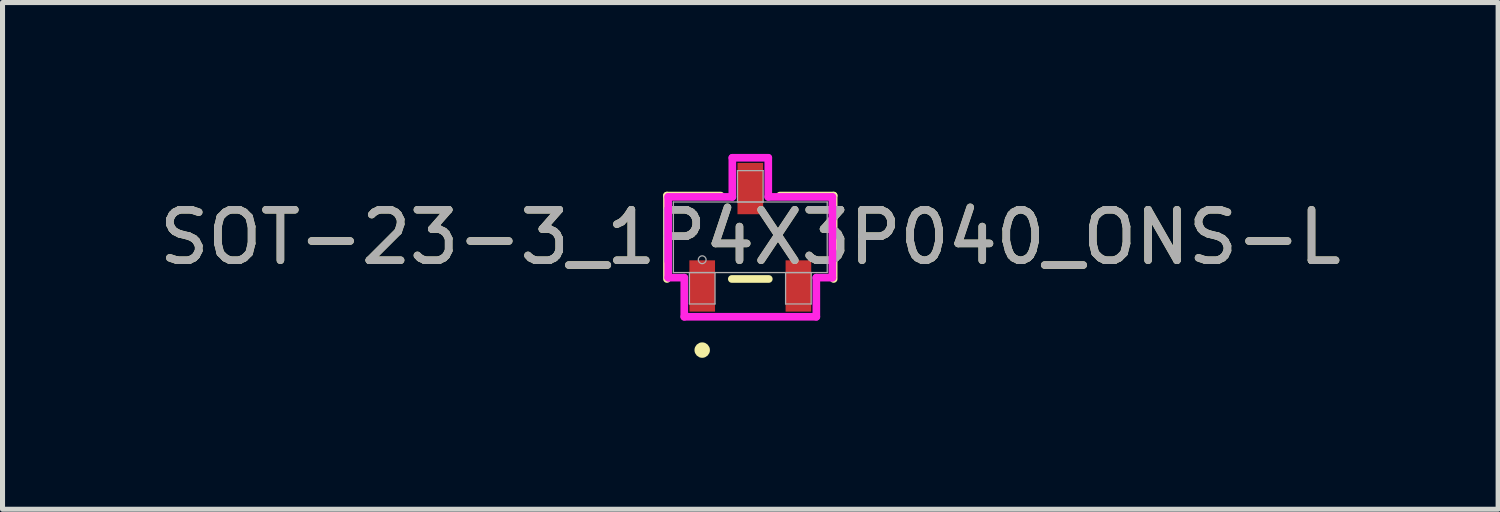
<source format=kicad_pcb>
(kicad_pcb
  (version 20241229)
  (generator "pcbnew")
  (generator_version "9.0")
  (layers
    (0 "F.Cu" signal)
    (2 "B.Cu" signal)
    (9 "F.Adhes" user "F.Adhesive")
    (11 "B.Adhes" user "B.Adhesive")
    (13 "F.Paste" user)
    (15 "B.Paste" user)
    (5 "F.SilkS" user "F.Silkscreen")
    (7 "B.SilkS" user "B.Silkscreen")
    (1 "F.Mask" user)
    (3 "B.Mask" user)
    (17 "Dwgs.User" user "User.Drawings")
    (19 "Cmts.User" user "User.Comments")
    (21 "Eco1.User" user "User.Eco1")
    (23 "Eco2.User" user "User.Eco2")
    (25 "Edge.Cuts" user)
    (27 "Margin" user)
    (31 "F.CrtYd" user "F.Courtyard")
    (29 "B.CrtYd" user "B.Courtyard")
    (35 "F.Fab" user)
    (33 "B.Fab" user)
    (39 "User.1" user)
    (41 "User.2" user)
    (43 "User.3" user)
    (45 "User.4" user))
  (footprint "SOT-23-3_1P4X3P040_ONS-L"
    (layer "F.Cu")
    (at 11.815 1.651)
    (property "Reference" "SOT-23-3_1P4X3P040_ONS-L" (at 0 0 0) (unlocked yes) (layer "F.SilkS") (effects (font (size 1 1) (thickness 0.15))))
    (attr smd)
    (fp_line (start -1.651 -0.826) (end -1.651 0.826) (stroke (width 0.152) (type solid)) (layer "F.SilkS"))
    (fp_line (start -0.587 -0.826) (end -1.651 -0.826) (stroke (width 0.152) (type solid)) (layer "F.SilkS"))
    (fp_line (start -0.366 0.826) (end 0.366 0.826) (stroke (width 0.152) (type solid)) (layer "F.SilkS"))
    (fp_line (start 1.651 -0.826) (end 0.587 -0.826) (stroke (width 0.152) (type solid)) (layer "F.SilkS"))
    (fp_line (start 1.651 0.826) (end 1.651 -0.826) (stroke (width 0.152) (type solid)) (layer "F.SilkS"))
    (fp_circle (center -0.953 2.235) (end -0.876 2.235) (stroke (width 0.152) (type solid)) (fill no) (layer "F.SilkS"))
    (fp_line (start -1.626 -0.8) (end -0.356 -0.8) (stroke (width 0.152) (type solid)) (layer "F.CrtYd"))
    (fp_line (start -1.626 0.8) (end -1.626 -0.8) (stroke (width 0.152) (type solid)) (layer "F.CrtYd"))
    (fp_line (start -1.626 0.8) (end -1.308 0.8) (stroke (width 0.152) (type solid)) (layer "F.CrtYd"))
    (fp_line (start -1.308 0.8) (end -1.308 1.575) (stroke (width 0.152) (type solid)) (layer "F.CrtYd"))
    (fp_line (start -1.308 1.575) (end 1.308 1.575) (stroke (width 0.152) (type solid)) (layer "F.CrtYd"))
    (fp_line (start -0.356 -1.575) (end 0.356 -1.575) (stroke (width 0.152) (type solid)) (layer "F.CrtYd"))
    (fp_line (start -0.356 -0.8) (end -0.356 -1.575) (stroke (width 0.152) (type solid)) (layer "F.CrtYd"))
    (fp_line (start 0.356 -0.8) (end 0.356 -1.575) (stroke (width 0.152) (type solid)) (layer "F.CrtYd"))
    (fp_line (start 1.308 0.8) (end 1.308 1.575) (stroke (width 0.152) (type solid)) (layer "F.CrtYd"))
    (fp_line (start 1.626 -0.8) (end 0.356 -0.8) (stroke (width 0.152) (type solid)) (layer "F.CrtYd"))
    (fp_line (start 1.626 -0.8) (end 1.626 0.8) (stroke (width 0.152) (type solid)) (layer "F.CrtYd"))
    (fp_line (start 1.626 0.8) (end 1.308 0.8) (stroke (width 0.152) (type solid)) (layer "F.CrtYd"))
    (fp_line (start -1.524 -0.699) (end -1.524 0.699) (stroke (width 0.025) (type solid)) (layer "F.Fab"))
    (fp_line (start -1.524 0.699) (end 1.524 0.699) (stroke (width 0.025) (type solid)) (layer "F.Fab"))
    (fp_line (start -1.206 0.699) (end -1.206 1.321) (stroke (width 0.025) (type solid)) (layer "F.Fab"))
    (fp_line (start -1.206 1.321) (end -0.699 1.321) (stroke (width 0.025) (type solid)) (layer "F.Fab"))
    (fp_line (start -0.699 0.699) (end -1.206 0.699) (stroke (width 0.025) (type solid)) (layer "F.Fab"))
    (fp_line (start -0.699 1.321) (end -0.699 0.699) (stroke (width 0.025) (type solid)) (layer "F.Fab"))
    (fp_line (start -0.254 -1.321) (end -0.254 -0.699) (stroke (width 0.025) (type solid)) (layer "F.Fab"))
    (fp_line (start -0.254 -0.699) (end 0.254 -0.699) (stroke (width 0.025) (type solid)) (layer "F.Fab"))
    (fp_line (start 0.254 -1.321) (end -0.254 -1.321) (stroke (width 0.025) (type solid)) (layer "F.Fab"))
    (fp_line (start 0.254 -0.699) (end 0.254 -1.321) (stroke (width 0.025) (type solid)) (layer "F.Fab"))
    (fp_line (start 0.699 0.699) (end 0.699 1.321) (stroke (width 0.025) (type solid)) (layer "F.Fab"))
    (fp_line (start 0.699 1.321) (end 1.206 1.321) (stroke (width 0.025) (type solid)) (layer "F.Fab"))
    (fp_line (start 1.206 0.699) (end 0.699 0.699) (stroke (width 0.025) (type solid)) (layer "F.Fab"))
    (fp_line (start 1.206 1.321) (end 1.206 0.699) (stroke (width 0.025) (type solid)) (layer "F.Fab"))
    (fp_line (start 1.524 -0.699) (end -1.524 -0.699) (stroke (width 0.025) (type solid)) (layer "F.Fab"))
    (fp_line (start 1.524 0.699) (end 1.524 -0.699) (stroke (width 0.025) (type solid)) (layer "F.Fab"))
    (fp_circle (center -0.953 0.445) (end -0.876 0.445) (stroke (width 0.025) (type solid)) (fill no) (layer "F.Fab"))
    (fp_text user "${REFERENCE}" (at 0 0 0) (unlocked yes) (layer "F.Fab") (effects (font (size 1 1) (thickness 0.15))))
    (pad "1" smd rect (at -0.953 0.965) (size 0.508 1.016) (layers "F.Cu" "F.Mask" "F.Paste"))
    (pad "2" smd rect (at 0.953 0.965) (size 0.508 1.016) (layers "F.Cu" "F.Mask" "F.Paste"))
    (pad "3" smd rect (at 0 -0.965) (size 0.508 1.016) (layers "F.Cu" "F.Mask" "F.Paste")))
  (gr_rect
    (start -3 -3)
    (end 26.631 7.039)
    (stroke (width 0.1) (type default))
    (fill no)
    (layer "Edge.Cuts")))
</source>
